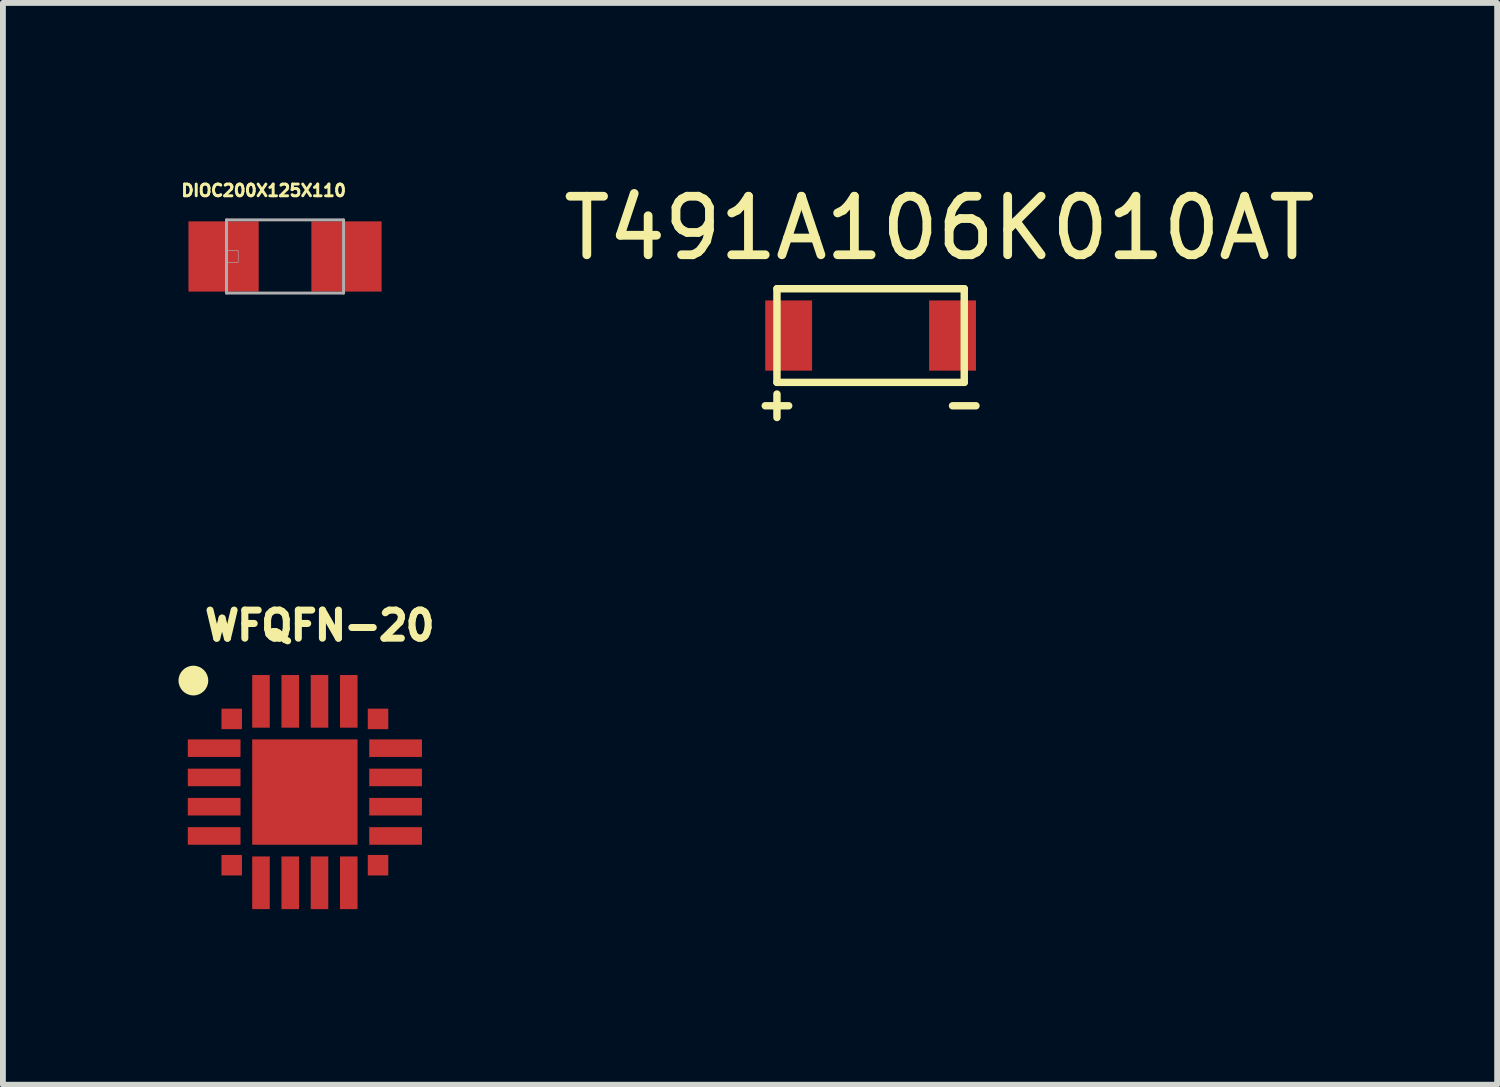
<source format=kicad_pcb>
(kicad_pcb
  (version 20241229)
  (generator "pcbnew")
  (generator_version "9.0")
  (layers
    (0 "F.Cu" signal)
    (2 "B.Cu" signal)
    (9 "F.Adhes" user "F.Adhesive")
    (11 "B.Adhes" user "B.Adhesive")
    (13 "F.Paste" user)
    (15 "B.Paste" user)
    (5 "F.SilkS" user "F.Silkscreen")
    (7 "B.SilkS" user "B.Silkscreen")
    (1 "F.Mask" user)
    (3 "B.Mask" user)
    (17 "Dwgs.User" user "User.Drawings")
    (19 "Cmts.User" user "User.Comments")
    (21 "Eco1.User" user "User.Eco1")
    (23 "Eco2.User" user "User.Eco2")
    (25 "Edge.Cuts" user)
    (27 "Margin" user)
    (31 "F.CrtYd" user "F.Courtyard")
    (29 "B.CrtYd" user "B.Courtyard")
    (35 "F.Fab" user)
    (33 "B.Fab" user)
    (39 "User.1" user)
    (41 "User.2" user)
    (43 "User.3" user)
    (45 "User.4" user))
  (footprint "T491A106K010AT"
    (layer "F.Cu")
    (at 10.225 3.483)
    (property "Reference" "T491A106K010AT" (at 2.775 -2.635 0) (layer "F.SilkS") (effects (font (size 1 1) (thickness 0.15))))
    (attr smd)
    (fp_line (start -0.2 0.4) (end 0.2 0.4) (stroke (width 0.127) (type solid)) (layer "F.SilkS"))
    (fp_line (start 0 -1.6) (end 0 0) (stroke (width 0.127) (type solid)) (layer "F.SilkS"))
    (fp_line (start 0 0) (end 3.2 0) (stroke (width 0.127) (type solid)) (layer "F.SilkS"))
    (fp_line (start 0 0.2) (end 0 0.6) (stroke (width 0.127) (type solid)) (layer "F.SilkS"))
    (fp_line (start 3 0.4) (end 3.4 0.4) (stroke (width 0.127) (type solid)) (layer "F.SilkS"))
    (fp_line (start 3.2 -1.6) (end 0 -1.6) (stroke (width 0.127) (type solid)) (layer "F.SilkS"))
    (fp_line (start 3.2 0) (end 3.2 -1.6) (stroke (width 0.127) (type solid)) (layer "F.SilkS"))
    (pad "1" smd rect (at 0.2 -0.8) (size 0.8 1.2) (layers "F.Cu" "F.Mask" "F.Paste"))
    (pad "2" smd rect (at 3 -0.8) (size 0.8 1.2) (layers "F.Cu" "F.Mask" "F.Paste")))
  (footprint "DIOC200X125X110"
    (layer "F.Cu")
    (at 1.82 1.332)
    (property "Reference" "DIOC200X125X110" (at -0.365 -1.127 0) (layer "F.SilkS") (effects (font (size 0.2 0.2) (thickness 0.15))))
    (attr smd)
    (fp_line (start -1 -0.625) (end -1 0.625) (stroke (width 0.05) (type solid)) (layer "F.Fab"))
    (fp_line (start -1 0.625) (end 1 0.625) (stroke (width 0.05) (type solid)) (layer "F.Fab"))
    (fp_line (start 1 -0.625) (end -1 -0.625) (stroke (width 0.05) (type solid)) (layer "F.Fab"))
    (fp_line (start 1 0.625) (end 1 -0.625) (stroke (width 0.05) (type solid)) (layer "F.Fab"))
    (fp_poly (pts (xy -1.001 -0.1) (xy -0.8 -0.1) (xy -0.8 0.1) (xy -1.001 0.1)) (stroke (width 0.01) (type solid)) (fill no) (layer "F.Fab"))
    (pad "+" smd rect (at 1.05 0) (size 1.2 1.2) (layers "F.Cu" "F.Mask" "F.Paste"))
    (pad "-" smd rect (at -1.05 0) (size 1.2 1.2) (layers "F.Cu" "F.Mask" "F.Paste")))
  (footprint "WFQFN-20"
    (layer "F.Cu")
    (at 2.159 10.483)
    (property "Reference" "WFQFN-20" (at 0.254 -2.845 0) (layer "F.SilkS") (effects (font (size 0.48 0.48) (thickness 0.15))))
    (attr smd)
    (fp_circle (center -1.905 -1.905) (end -1.651 -1.905) (stroke (width 0) (type solid)) (fill yes) (layer "F.SilkS"))
    (pad "1" smd rect (at -1.25 -1.25) (size 0.35 0.35) (layers "F.Cu" "F.Mask" "F.Paste"))
    (pad "2" smd rect (at -1.55 -0.75) (size 0.9 0.3) (layers "F.Cu" "F.Mask" "F.Paste"))
    (pad "3" smd rect (at -1.55 -0.25) (size 0.9 0.3) (layers "F.Cu" "F.Mask" "F.Paste"))
    (pad "4" smd rect (at -1.55 0.25) (size 0.9 0.3) (layers "F.Cu" "F.Mask" "F.Paste"))
    (pad "5" smd rect (at -1.55 0.75) (size 0.9 0.3) (layers "F.Cu" "F.Mask" "F.Paste"))
    (pad "6" smd rect (at -1.25 1.25) (size 0.35 0.35) (layers "F.Cu" "F.Mask" "F.Paste"))
    (pad "7" smd rect (at -0.75 1.55) (size 0.3 0.9) (layers "F.Cu" "F.Mask" "F.Paste"))
    (pad "8" smd rect (at -0.25 1.55) (size 0.3 0.9) (layers "F.Cu" "F.Mask" "F.Paste"))
    (pad "9" smd rect (at 0.25 1.55) (size 0.3 0.9) (layers "F.Cu" "F.Mask" "F.Paste"))
    (pad "10" smd rect (at 0.75 1.55) (size 0.3 0.9) (layers "F.Cu" "F.Mask" "F.Paste"))
    (pad "11" smd rect (at 1.25 1.25) (size 0.35 0.35) (layers "F.Cu" "F.Mask" "F.Paste"))
    (pad "12" smd rect (at 1.55 0.75) (size 0.9 0.3) (layers "F.Cu" "F.Mask" "F.Paste"))
    (pad "13" smd rect (at 1.55 0.25) (size 0.9 0.3) (layers "F.Cu" "F.Mask" "F.Paste"))
    (pad "14" smd rect (at 1.55 -0.25) (size 0.9 0.3) (layers "F.Cu" "F.Mask" "F.Paste"))
    (pad "15" smd rect (at 1.55 -0.75) (size 0.9 0.3) (layers "F.Cu" "F.Mask" "F.Paste"))
    (pad "16" smd rect (at 1.25 -1.25) (size 0.35 0.35) (layers "F.Cu" "F.Mask" "F.Paste"))
    (pad "17" smd rect (at 0.75 -1.55) (size 0.3 0.9) (layers "F.Cu" "F.Mask" "F.Paste"))
    (pad "18" smd rect (at 0.25 -1.55) (size 0.3 0.9) (layers "F.Cu" "F.Mask" "F.Paste"))
    (pad "19" smd rect (at -0.25 -1.55) (size 0.3 0.9) (layers "F.Cu" "F.Mask" "F.Paste"))
    (pad "20" smd rect (at -0.75 -1.55) (size 0.3 0.9) (layers "F.Cu" "F.Mask" "F.Paste"))
    (pad "21" smd rect (at 0 0) (size 1.8 1.8) (layers "F.Cu" "F.Mask" "F.Paste")))
  (gr_rect
    (start -3 -3)
    (end 22.53 15.483)
    (stroke (width 0.1) (type default))
    (fill no)
    (layer "Edge.Cuts")))
</source>
